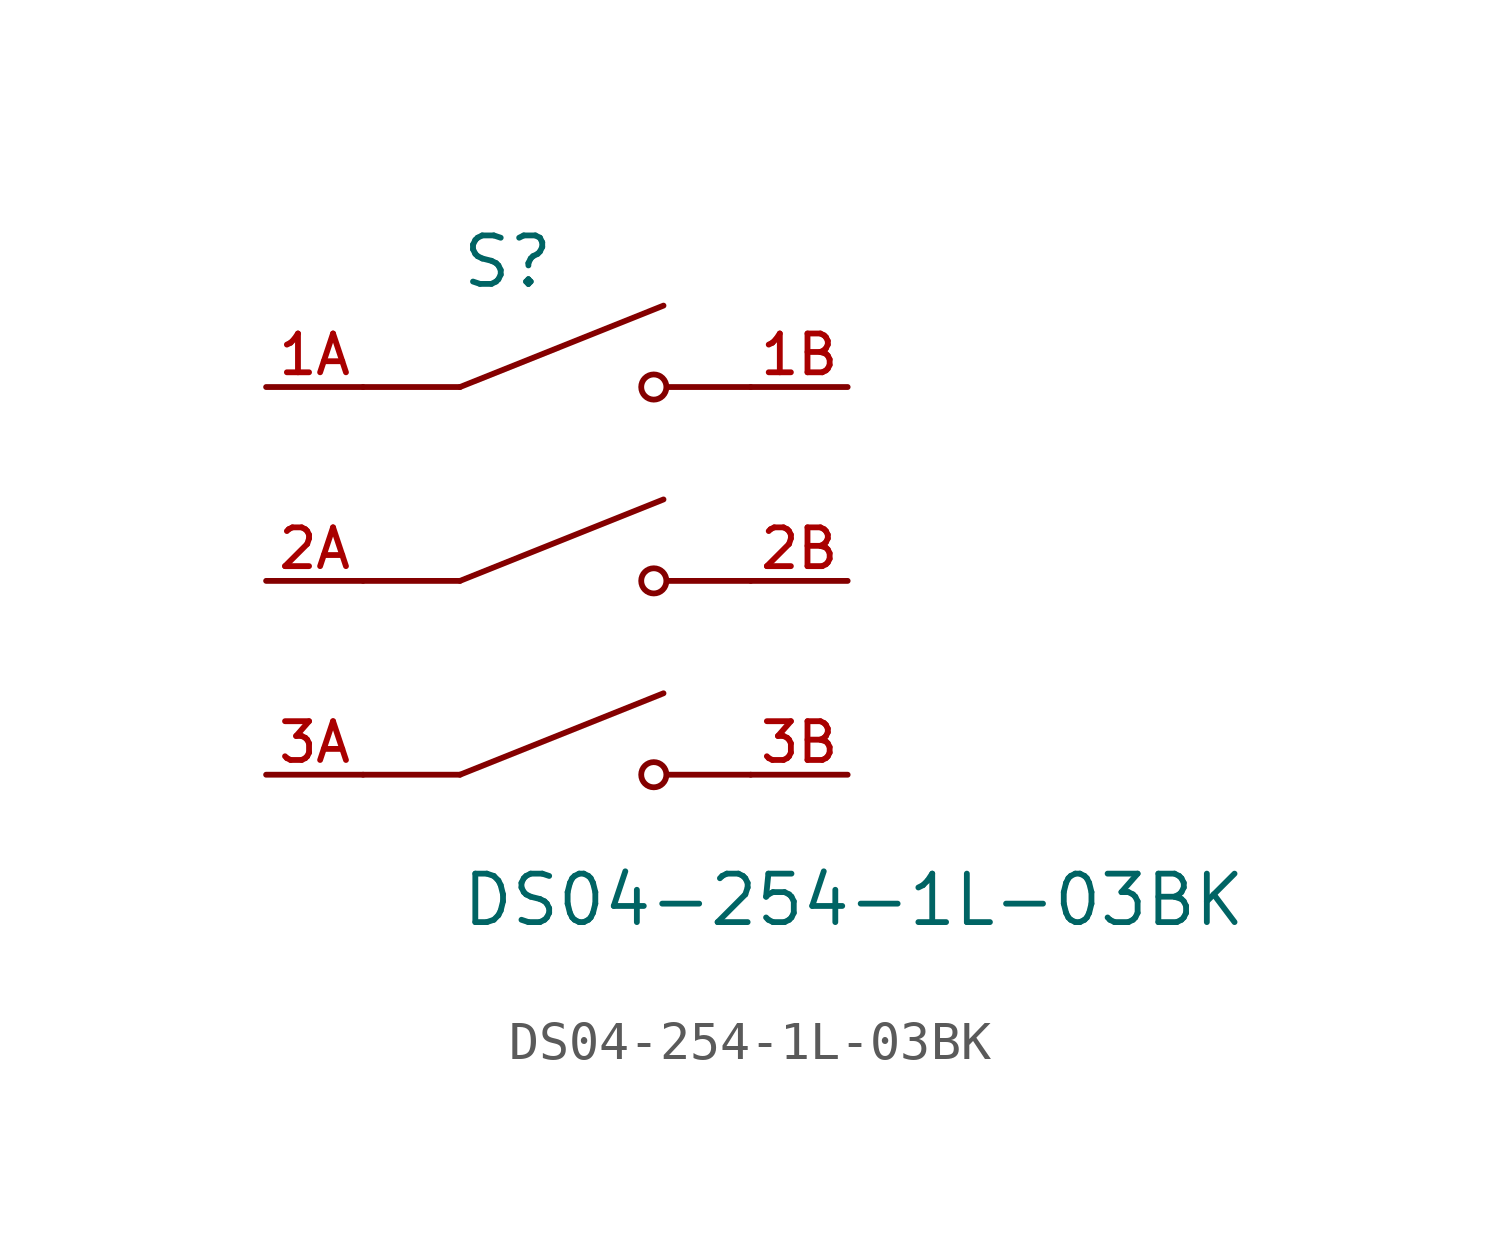
<source format=kicad_sym>
(kicad_symbol_lib
  (version 20211014)
  (generator kicad_symbol_editor)
  (symbol "DS04-254-1L-03BK"
    (pin_names
      (offset 1.016))
    (property "Reference" "S"
      (at -2.54 7.62 0)
      (effects (font (size 1.27 1.27)) (justify bottom left)))
    (property "Value" "DS04-254-1L-03BK"
      (at -2.54 -7.62 0)
      (effects (font (size 1.27 1.27)) (justify top left)))
    (symbol "DS04-254-1L-03BK_0_0"
      (polyline (pts (xy -2.54 5.08) (xy 2.794 7.214)) (stroke (width 0.152)))
      (circle (center 2.54 5.08) (radius 0.33) (stroke (width 0.152)) (fill (type none)))
      (polyline (pts (xy 5.08 5.08) (xy 2.921 5.08)) (stroke (width 0.152)))
      (polyline (pts (xy -2.54 5.08) (xy -5.08 5.08)) (stroke (width 0.152)))
      (polyline (pts (xy -2.54 0.0) (xy 2.794 2.134)) (stroke (width 0.152)))
      (circle (center 2.54 0.0) (radius 0.33) (stroke (width 0.152)) (fill (type none)))
      (polyline (pts (xy 5.08 0.0) (xy 2.921 0.0)) (stroke (width 0.152)))
      (polyline (pts (xy -2.54 0.0) (xy -5.08 0.0)) (stroke (width 0.152)))
      (polyline (pts (xy -2.54 -5.08) (xy 2.794 -2.946)) (stroke (width 0.152)))
      (circle (center 2.54 -5.08) (radius 0.33) (stroke (width 0.152)) (fill (type none)))
      (polyline (pts (xy 5.08 -5.08) (xy 2.921 -5.08)) (stroke (width 0.152)))
      (polyline (pts (xy -2.54 -5.08) (xy -5.08 -5.08)) (stroke (width 0.152)))
      (pin passive line (at -7.62 5.08 0) (length 2.54) (name "~" (effects (font (size 1.016 1.016)))) (number "1A" (effects (font (size 1.016 1.016)))))
      (pin passive line (at 7.62 5.08 180.0) (length 2.54) (name "~" (effects (font (size 1.016 1.016)))) (number "1B" (effects (font (size 1.016 1.016)))))
      (pin passive line (at -7.62 0.0 0) (length 2.54) (name "~" (effects (font (size 1.016 1.016)))) (number "2A" (effects (font (size 1.016 1.016)))))
      (pin passive line (at 7.62 0.0 180.0) (length 2.54) (name "~" (effects (font (size 1.016 1.016)))) (number "2B" (effects (font (size 1.016 1.016)))))
      (pin passive line (at -7.62 -5.08 0) (length 2.54) (name "~" (effects (font (size 1.016 1.016)))) (number "3A" (effects (font (size 1.016 1.016)))))
      (pin passive line (at 7.62 -5.08 180.0) (length 2.54) (name "~" (effects (font (size 1.016 1.016)))) (number "3B" (effects (font (size 1.016 1.016))))))))
</source>
